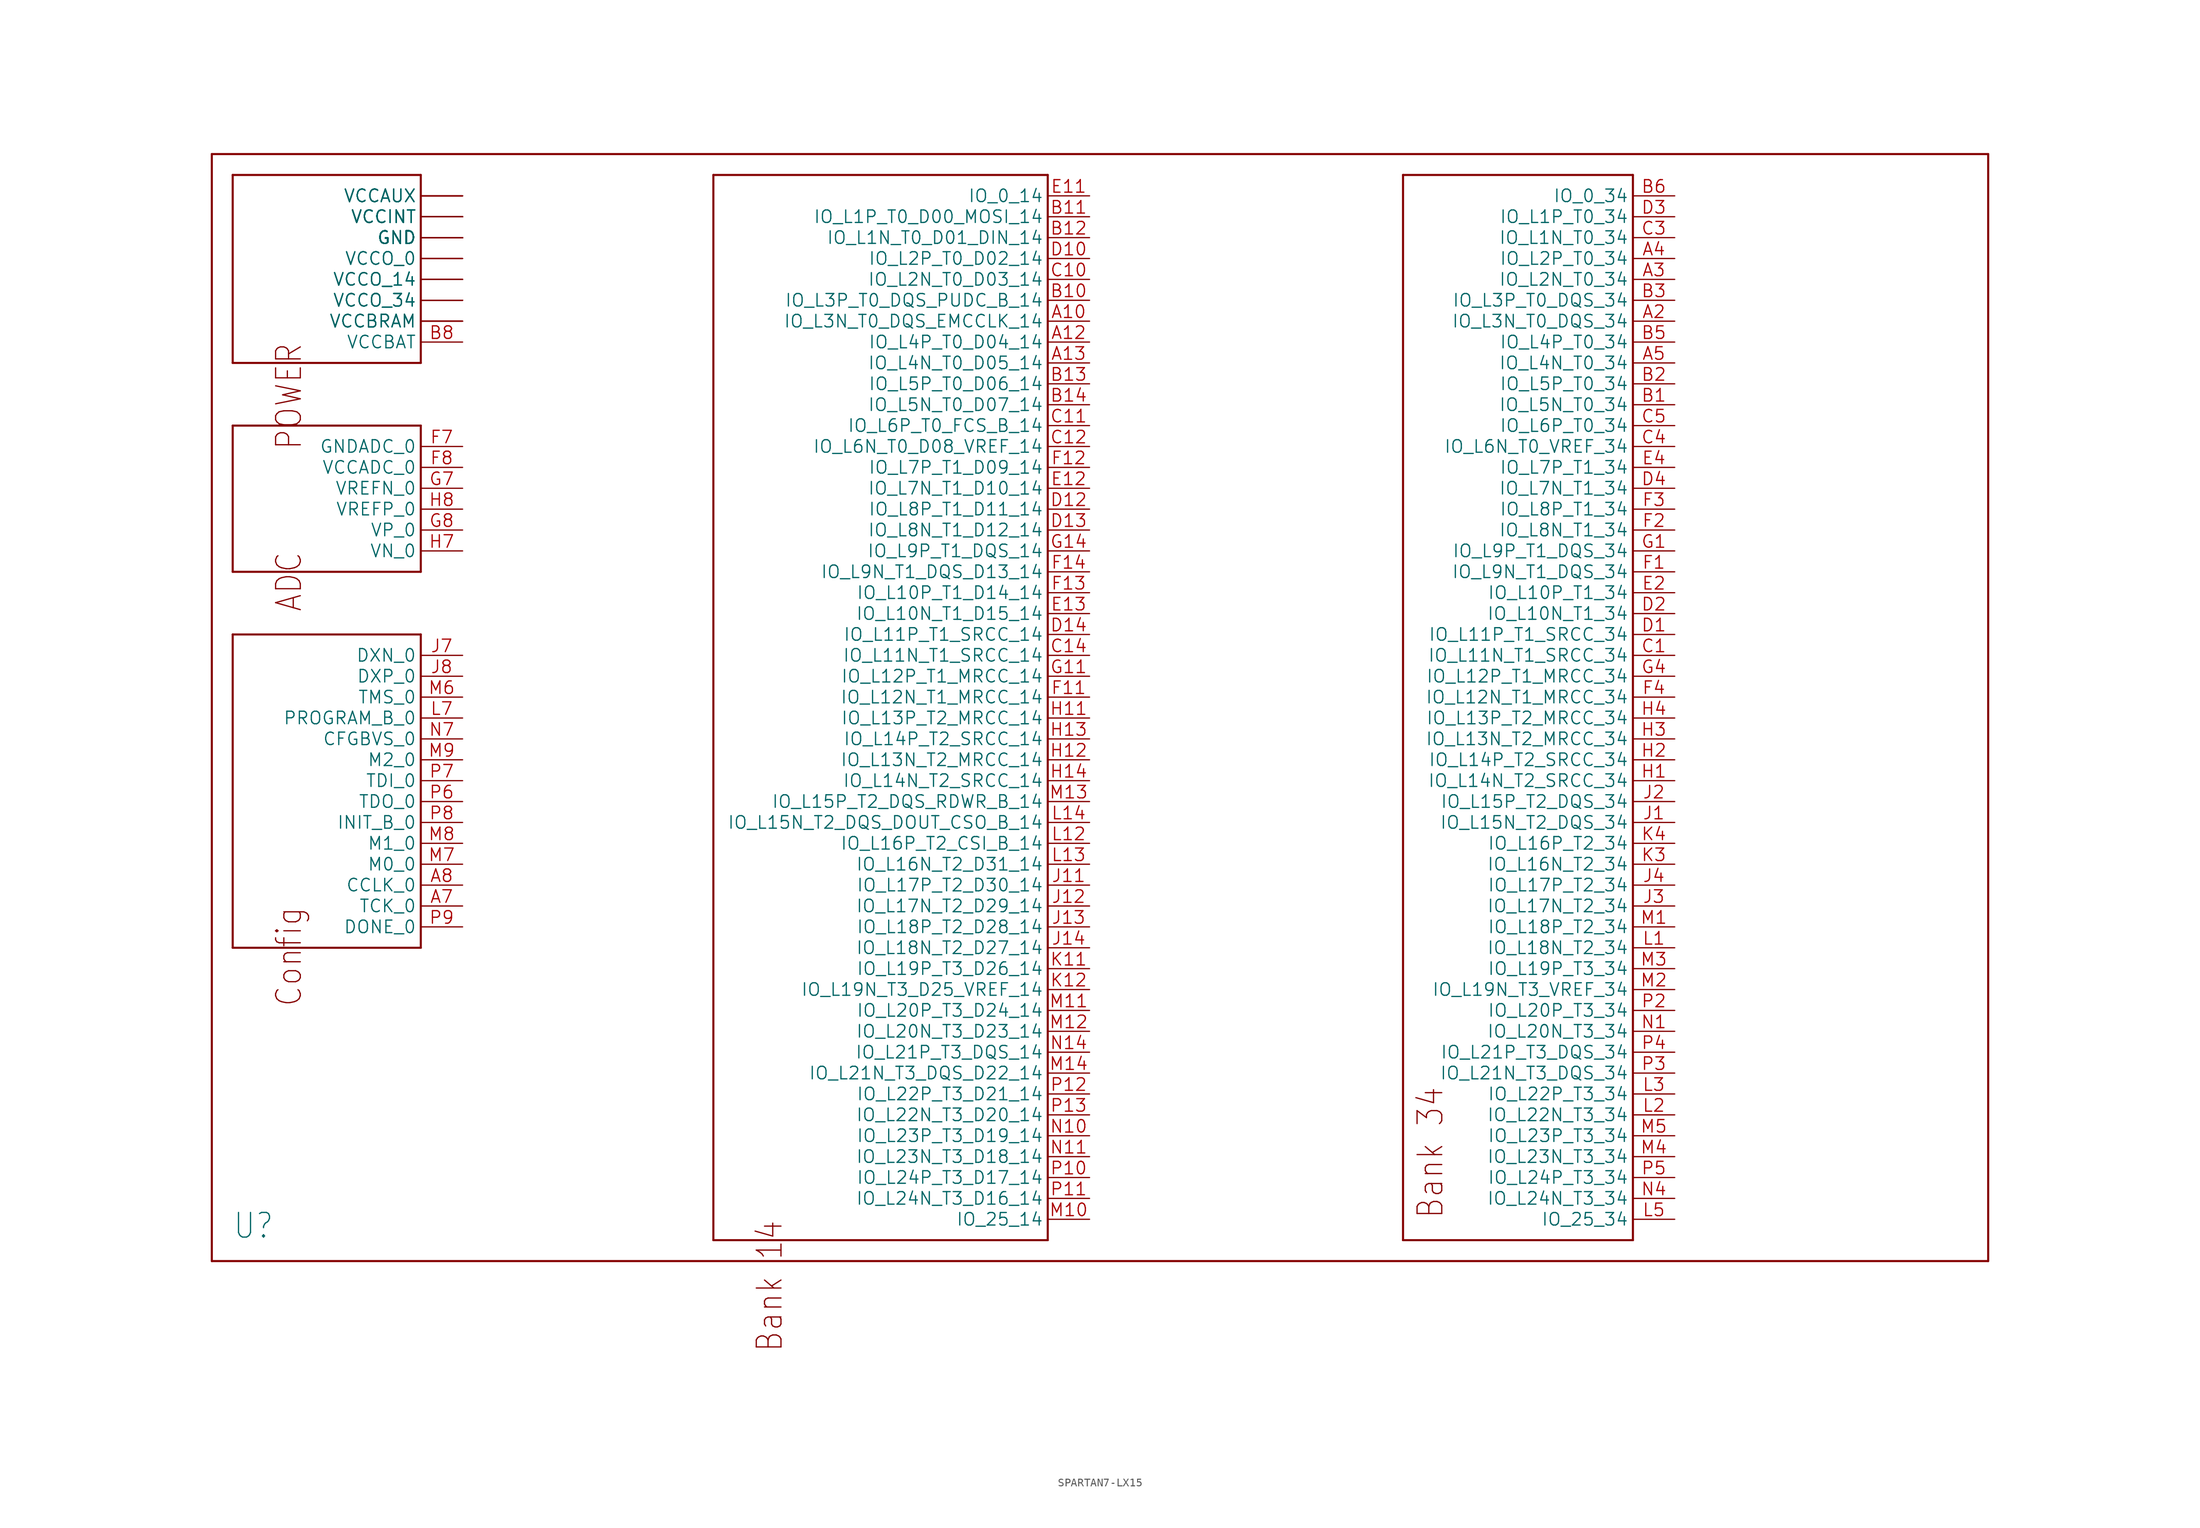
<source format=kicad_sym>
(kicad_symbol_lib
  (version 20241209)
  (generator "kicad_symbol_editor")
  (generator_version "9.0")
  (symbol "SPARTAN7-LX15"
    (property "Reference" "U"
      (at 0 0 0)
      (effects (font (size 3 2.55)) (justify left bottom)))
    (property "ki_locked" ""
      (at 0 0 0)
      (effects (font (size 1.27 1.27))))
    (symbol "SPARTAN7-LX15_1_0"
      (polyline (pts (xy -2.54 132.08) (xy -2.54 -2.54)) (stroke (width 0.254) (type solid)) (fill (type none)))
      (polyline (pts (xy -2.54 -2.54) (xy 213.36 -2.54)) (stroke (width 0.254) (type solid)) (fill (type none)))
      (polyline (pts (xy 0 129.54) (xy 0 106.68)) (stroke (width 0.254) (type solid)) (fill (type none)))
      (polyline (pts (xy 0 106.68) (xy 22.86 106.68)) (stroke (width 0.254) (type solid)) (fill (type none)))
      (polyline (pts (xy 0 99.06) (xy 22.86 99.06)) (stroke (width 0.254) (type solid)) (fill (type none)))
      (polyline (pts (xy 0 81.28) (xy 0 99.06)) (stroke (width 0.254) (type solid)) (fill (type none)))
      (polyline (pts (xy 0 73.66) (xy 0 35.56)) (stroke (width 0.254) (type solid)) (fill (type none)))
      (polyline (pts (xy 0 35.56) (xy 22.86 35.56)) (stroke (width 0.254) (type solid)) (fill (type none)))
      (polyline (pts (xy 22.86 129.54) (xy 0 129.54)) (stroke (width 0.254) (type solid)) (fill (type none)))
      (polyline (pts (xy 22.86 129.54) (xy 22.86 106.68)) (stroke (width 0.254) (type solid)) (fill (type none)))
      (polyline (pts (xy 22.86 99.06) (xy 22.86 81.28)) (stroke (width 0.254) (type solid)) (fill (type none)))
      (polyline (pts (xy 22.86 81.28) (xy 0 81.28)) (stroke (width 0.254) (type solid)) (fill (type none)))
      (polyline (pts (xy 22.86 73.66) (xy 0 73.66)) (stroke (width 0.254) (type solid)) (fill (type none)))
      (polyline (pts (xy 22.86 73.66) (xy 22.86 35.56)) (stroke (width 0.254) (type solid)) (fill (type none)))
      (polyline (pts (xy 58.42 129.54) (xy 58.42 0)) (stroke (width 0.254) (type solid)) (fill (type none)))
      (polyline (pts (xy 58.42 0) (xy 99.06 0)) (stroke (width 0.254) (type solid)) (fill (type none)))
      (polyline (pts (xy 99.06 129.54) (xy 58.42 129.54)) (stroke (width 0.254) (type solid)) (fill (type none)))
      (polyline (pts (xy 99.06 129.54) (xy 99.06 0)) (stroke (width 0.254) (type solid)) (fill (type none)))
      (polyline (pts (xy 142.24 129.54) (xy 170.18 129.54)) (stroke (width 0.254) (type solid)) (fill (type none)))
      (polyline (pts (xy 142.24 0) (xy 142.24 129.54)) (stroke (width 0.254) (type solid)) (fill (type none)))
      (polyline (pts (xy 170.18 0) (xy 142.24 0)) (stroke (width 0.254) (type solid)) (fill (type none)))
      (polyline (pts (xy 170.18 0) (xy 170.18 129.54)) (stroke (width 0.254) (type solid)) (fill (type none)))
      (polyline (pts (xy 213.36 132.08) (xy -2.54 132.08)) (stroke (width 0.254) (type solid)) (fill (type none)))
      (polyline (pts (xy 213.36 -2.54) (xy 213.36 132.08)) (stroke (width 0.254) (type solid)) (fill (type none)))
      (text "POWER" (at 5.08 109.22 900) (effects (font (size 3 2.55)) (justify right top)))
      (text "ADC" (at 5.08 83.82 900) (effects (font (size 3 2.55)) (justify right top)))
      (text "Config" (at 5.08 40.64 900) (effects (font (size 3 2.55)) (justify right top)))
      (text "Bank 14" (at 63.5 2.54 900) (effects (font (size 3 2.55)) (justify right top)))
      (text "Bank 34" (at 147.32 2.54 900) (effects (font (size 3 2.55)) (justify left bottom)))
      (pin bidirectional line (at 27.94 127 180) (length 5.08) (name "VCCAUX" (effects (font (size 1.524 1.524)))) (number "F10" (effects (font (size 0 0)))))
      (pin bidirectional line (at 27.94 127 180) (length 5.08) (name "VCCAUX" (effects (font (size 1.524 1.524)))) (number "H10" (effects (font (size 0 0)))))
      (pin bidirectional line (at 27.94 127 180) (length 5.08) (name "VCCAUX" (effects (font (size 1.524 1.524)))) (number "K10" (effects (font (size 0 0)))))
      (pin bidirectional line (at 27.94 127 180) (length 5.08) (name "VCCAUX" (effects (font (size 1.524 1.524)))) (number "L9" (effects (font (size 0 0)))))
      (pin bidirectional line (at 27.94 124.46 180) (length 5.08) (name "VCCINT" (effects (font (size 1.524 1.524)))) (number "D6" (effects (font (size 0 0)))))
      (pin bidirectional line (at 27.94 124.46 180) (length 5.08) (name "VCCINT" (effects (font (size 1.524 1.524)))) (number "D8" (effects (font (size 0 0)))))
      (pin bidirectional line (at 27.94 124.46 180) (length 5.08) (name "VCCINT" (effects (font (size 1.524 1.524)))) (number "E7" (effects (font (size 0 0)))))
      (pin bidirectional line (at 27.94 124.46 180) (length 5.08) (name "VCCINT" (effects (font (size 1.524 1.524)))) (number "E9" (effects (font (size 0 0)))))
      (pin bidirectional line (at 27.94 124.46 180) (length 5.08) (name "VCCINT" (effects (font (size 1.524 1.524)))) (number "F6" (effects (font (size 0 0)))))
      (pin bidirectional line (at 27.94 124.46 180) (length 5.08) (name "VCCINT" (effects (font (size 1.524 1.524)))) (number "G9" (effects (font (size 0 0)))))
      (pin bidirectional line (at 27.94 124.46 180) (length 5.08) (name "VCCINT" (effects (font (size 1.524 1.524)))) (number "H6" (effects (font (size 0 0)))))
      (pin bidirectional line (at 27.94 124.46 180) (length 5.08) (name "VCCINT" (effects (font (size 1.524 1.524)))) (number "J9" (effects (font (size 0 0)))))
      (pin bidirectional line (at 27.94 124.46 180) (length 5.08) (name "VCCINT" (effects (font (size 1.524 1.524)))) (number "K6" (effects (font (size 0 0)))))
      (pin bidirectional line (at 27.94 124.46 180) (length 5.08) (name "VCCINT" (effects (font (size 1.524 1.524)))) (number "K8" (effects (font (size 0 0)))))
      (pin bidirectional line (at 27.94 121.92 180) (length 5.08) (name "GND" (effects (font (size 1.524 1.524)))) (number "A1" (effects (font (size 0 0)))))
      (pin bidirectional line (at 27.94 121.92 180) (length 5.08) (name "GND" (effects (font (size 1.524 1.524)))) (number "A11" (effects (font (size 0 0)))))
      (pin bidirectional line (at 27.94 121.92 180) (length 5.08) (name "GND" (effects (font (size 1.524 1.524)))) (number "A14" (effects (font (size 0 0)))))
      (pin bidirectional line (at 27.94 121.92 180) (length 5.08) (name "GND" (effects (font (size 1.524 1.524)))) (number "A6" (effects (font (size 0 0)))))
      (pin bidirectional line (at 27.94 121.92 180) (length 5.08) (name "GND" (effects (font (size 1.524 1.524)))) (number "A9" (effects (font (size 0 0)))))
      (pin bidirectional line (at 27.94 121.92 180) (length 5.08) (name "GND" (effects (font (size 1.524 1.524)))) (number "B4" (effects (font (size 0 0)))))
      (pin bidirectional line (at 27.94 121.92 180) (length 5.08) (name "GND" (effects (font (size 1.524 1.524)))) (number "B7" (effects (font (size 0 0)))))
      (pin bidirectional line (at 27.94 121.92 180) (length 5.08) (name "GND" (effects (font (size 1.524 1.524)))) (number "B9" (effects (font (size 0 0)))))
      (pin bidirectional line (at 27.94 121.92 180) (length 5.08) (name "GND" (effects (font (size 1.524 1.524)))) (number "C13" (effects (font (size 0 0)))))
      (pin bidirectional line (at 27.94 121.92 180) (length 5.08) (name "GND" (effects (font (size 1.524 1.524)))) (number "C2" (effects (font (size 0 0)))))
      (pin bidirectional line (at 27.94 121.92 180) (length 5.08) (name "GND" (effects (font (size 1.524 1.524)))) (number "C6" (effects (font (size 0 0)))))
      (pin bidirectional line (at 27.94 121.92 180) (length 5.08) (name "GND" (effects (font (size 1.524 1.524)))) (number "C7" (effects (font (size 0 0)))))
      (pin bidirectional line (at 27.94 121.92 180) (length 5.08) (name "GND" (effects (font (size 1.524 1.524)))) (number "C8" (effects (font (size 0 0)))))
      (pin bidirectional line (at 27.94 121.92 180) (length 5.08) (name "GND" (effects (font (size 1.524 1.524)))) (number "C9" (effects (font (size 0 0)))))
      (pin bidirectional line (at 27.94 121.92 180) (length 5.08) (name "GND" (effects (font (size 1.524 1.524)))) (number "D11" (effects (font (size 0 0)))))
      (pin bidirectional line (at 27.94 121.92 180) (length 5.08) (name "GND" (effects (font (size 1.524 1.524)))) (number "D5" (effects (font (size 0 0)))))
      (pin bidirectional line (at 27.94 121.92 180) (length 5.08) (name "GND" (effects (font (size 1.524 1.524)))) (number "D7" (effects (font (size 0 0)))))
      (pin bidirectional line (at 27.94 121.92 180) (length 5.08) (name "GND" (effects (font (size 1.524 1.524)))) (number "D9" (effects (font (size 0 0)))))
      (pin bidirectional line (at 27.94 121.92 180) (length 5.08) (name "GND" (effects (font (size 1.524 1.524)))) (number "E1" (effects (font (size 0 0)))))
      (pin bidirectional line (at 27.94 121.92 180) (length 5.08) (name "GND" (effects (font (size 1.524 1.524)))) (number "E10" (effects (font (size 0 0)))))
      (pin bidirectional line (at 27.94 121.92 180) (length 5.08) (name "GND" (effects (font (size 1.524 1.524)))) (number "E14" (effects (font (size 0 0)))))
      (pin bidirectional line (at 27.94 121.92 180) (length 5.08) (name "GND" (effects (font (size 1.524 1.524)))) (number "E3" (effects (font (size 0 0)))))
      (pin bidirectional line (at 27.94 121.92 180) (length 5.08) (name "GND" (effects (font (size 1.524 1.524)))) (number "E6" (effects (font (size 0 0)))))
      (pin bidirectional line (at 27.94 121.92 180) (length 5.08) (name "GND" (effects (font (size 1.524 1.524)))) (number "E8" (effects (font (size 0 0)))))
      (pin bidirectional line (at 27.94 121.92 180) (length 5.08) (name "GND" (effects (font (size 1.524 1.524)))) (number "F5" (effects (font (size 0 0)))))
      (pin bidirectional line (at 27.94 121.92 180) (length 5.08) (name "GND" (effects (font (size 1.524 1.524)))) (number "F9" (effects (font (size 0 0)))))
      (pin bidirectional line (at 27.94 121.92 180) (length 5.08) (name "GND" (effects (font (size 1.524 1.524)))) (number "G10" (effects (font (size 0 0)))))
      (pin bidirectional line (at 27.94 121.92 180) (length 5.08) (name "GND" (effects (font (size 1.524 1.524)))) (number "G12" (effects (font (size 0 0)))))
      (pin bidirectional line (at 27.94 121.92 180) (length 5.08) (name "GND" (effects (font (size 1.524 1.524)))) (number "G3" (effects (font (size 0 0)))))
      (pin bidirectional line (at 27.94 121.92 180) (length 5.08) (name "GND" (effects (font (size 1.524 1.524)))) (number "G6" (effects (font (size 0 0)))))
      (pin bidirectional line (at 27.94 121.92 180) (length 5.08) (name "GND" (effects (font (size 1.524 1.524)))) (number "H5" (effects (font (size 0 0)))))
      (pin bidirectional line (at 27.94 121.92 180) (length 5.08) (name "GND" (effects (font (size 1.524 1.524)))) (number "H9" (effects (font (size 0 0)))))
      (pin bidirectional line (at 27.94 121.92 180) (length 5.08) (name "GND" (effects (font (size 1.524 1.524)))) (number "J10" (effects (font (size 0 0)))))
      (pin bidirectional line (at 27.94 121.92 180) (length 5.08) (name "GND" (effects (font (size 1.524 1.524)))) (number "J6" (effects (font (size 0 0)))))
      (pin bidirectional line (at 27.94 121.92 180) (length 5.08) (name "GND" (effects (font (size 1.524 1.524)))) (number "K1" (effects (font (size 0 0)))))
      (pin bidirectional line (at 27.94 121.92 180) (length 5.08) (name "GND" (effects (font (size 1.524 1.524)))) (number "K14" (effects (font (size 0 0)))))
      (pin bidirectional line (at 27.94 121.92 180) (length 5.08) (name "GND" (effects (font (size 1.524 1.524)))) (number "K5" (effects (font (size 0 0)))))
      (pin bidirectional line (at 27.94 121.92 180) (length 5.08) (name "GND" (effects (font (size 1.524 1.524)))) (number "K7" (effects (font (size 0 0)))))
      (pin bidirectional line (at 27.94 121.92 180) (length 5.08) (name "GND" (effects (font (size 1.524 1.524)))) (number "K9" (effects (font (size 0 0)))))
      (pin bidirectional line (at 27.94 121.92 180) (length 5.08) (name "GND" (effects (font (size 1.524 1.524)))) (number "L10" (effects (font (size 0 0)))))
      (pin bidirectional line (at 27.94 121.92 180) (length 5.08) (name "GND" (effects (font (size 1.524 1.524)))) (number "L11" (effects (font (size 0 0)))))
      (pin bidirectional line (at 27.94 121.92 180) (length 5.08) (name "GND" (effects (font (size 1.524 1.524)))) (number "L4" (effects (font (size 0 0)))))
      (pin bidirectional line (at 27.94 121.92 180) (length 5.08) (name "GND" (effects (font (size 1.524 1.524)))) (number "L6" (effects (font (size 0 0)))))
      (pin bidirectional line (at 27.94 121.92 180) (length 5.08) (name "GND" (effects (font (size 1.524 1.524)))) (number "L8" (effects (font (size 0 0)))))
      (pin bidirectional line (at 27.94 121.92 180) (length 5.08) (name "GND" (effects (font (size 1.524 1.524)))) (number "N12" (effects (font (size 0 0)))))
      (pin bidirectional line (at 27.94 121.92 180) (length 5.08) (name "GND" (effects (font (size 1.524 1.524)))) (number "N3" (effects (font (size 0 0)))))
      (pin bidirectional line (at 27.94 121.92 180) (length 5.08) (name "GND" (effects (font (size 1.524 1.524)))) (number "N5" (effects (font (size 0 0)))))
      (pin bidirectional line (at 27.94 121.92 180) (length 5.08) (name "GND" (effects (font (size 1.524 1.524)))) (number "N9" (effects (font (size 0 0)))))
      (pin bidirectional line (at 27.94 121.92 180) (length 5.08) (name "GND" (effects (font (size 1.524 1.524)))) (number "P1" (effects (font (size 0 0)))))
      (pin bidirectional line (at 27.94 121.92 180) (length 5.08) (name "GND" (effects (font (size 1.524 1.524)))) (number "P14" (effects (font (size 0 0)))))
      (pin bidirectional line (at 27.94 119.38 180) (length 5.08) (name "VCCO_0" (effects (font (size 1.524 1.524)))) (number "N6" (effects (font (size 0 0)))))
      (pin bidirectional line (at 27.94 119.38 180) (length 5.08) (name "VCCO_0" (effects (font (size 1.524 1.524)))) (number "N8" (effects (font (size 0 0)))))
      (pin bidirectional line (at 27.94 116.84 180) (length 5.08) (name "VCCO_14" (effects (font (size 1.524 1.524)))) (number "G13" (effects (font (size 0 0)))))
      (pin bidirectional line (at 27.94 116.84 180) (length 5.08) (name "VCCO_14" (effects (font (size 1.524 1.524)))) (number "K13" (effects (font (size 0 0)))))
      (pin bidirectional line (at 27.94 116.84 180) (length 5.08) (name "VCCO_14" (effects (font (size 1.524 1.524)))) (number "N13" (effects (font (size 0 0)))))
      (pin bidirectional line (at 27.94 114.3 180) (length 5.08) (name "VCCO_34" (effects (font (size 1.524 1.524)))) (number "G2" (effects (font (size 0 0)))))
      (pin bidirectional line (at 27.94 114.3 180) (length 5.08) (name "VCCO_34" (effects (font (size 1.524 1.524)))) (number "K2" (effects (font (size 0 0)))))
      (pin bidirectional line (at 27.94 114.3 180) (length 5.08) (name "VCCO_34" (effects (font (size 1.524 1.524)))) (number "N2" (effects (font (size 0 0)))))
      (pin bidirectional line (at 27.94 111.76 180) (length 5.08) (name "VCCBRAM" (effects (font (size 1.524 1.524)))) (number "E5" (effects (font (size 0 0)))))
      (pin bidirectional line (at 27.94 111.76 180) (length 5.08) (name "VCCBRAM" (effects (font (size 1.524 1.524)))) (number "G5" (effects (font (size 0 0)))))
      (pin bidirectional line (at 27.94 111.76 180) (length 5.08) (name "VCCBRAM" (effects (font (size 1.524 1.524)))) (number "J5" (effects (font (size 0 0)))))
      (pin bidirectional line (at 27.94 109.22 180) (length 5.08) (name "VCCBAT" (effects (font (size 1.524 1.524)))) (number "B8" (effects (font (size 1.524 1.524)))))
      (pin bidirectional line (at 27.94 96.52 180) (length 5.08) (name "GNDADC_0" (effects (font (size 1.524 1.524)))) (number "F7" (effects (font (size 1.524 1.524)))))
      (pin bidirectional line (at 27.94 93.98 180) (length 5.08) (name "VCCADC_0" (effects (font (size 1.524 1.524)))) (number "F8" (effects (font (size 1.524 1.524)))))
      (pin bidirectional line (at 27.94 91.44 180) (length 5.08) (name "VREFN_0" (effects (font (size 1.524 1.524)))) (number "G7" (effects (font (size 1.524 1.524)))))
      (pin bidirectional line (at 27.94 88.9 180) (length 5.08) (name "VREFP_0" (effects (font (size 1.524 1.524)))) (number "H8" (effects (font (size 1.524 1.524)))))
      (pin bidirectional line (at 27.94 86.36 180) (length 5.08) (name "VP_0" (effects (font (size 1.524 1.524)))) (number "G8" (effects (font (size 1.524 1.524)))))
      (pin bidirectional line (at 27.94 83.82 180) (length 5.08) (name "VN_0" (effects (font (size 1.524 1.524)))) (number "H7" (effects (font (size 1.524 1.524)))))
      (pin bidirectional line (at 27.94 71.12 180) (length 5.08) (name "DXN_0" (effects (font (size 1.524 1.524)))) (number "J7" (effects (font (size 1.524 1.524)))))
      (pin bidirectional line (at 27.94 68.58 180) (length 5.08) (name "DXP_0" (effects (font (size 1.524 1.524)))) (number "J8" (effects (font (size 1.524 1.524)))))
      (pin bidirectional line (at 27.94 66.04 180) (length 5.08) (name "TMS_0" (effects (font (size 1.524 1.524)))) (number "M6" (effects (font (size 1.524 1.524)))))
      (pin bidirectional line (at 27.94 63.5 180) (length 5.08) (name "PROGRAM_B_0" (effects (font (size 1.524 1.524)))) (number "L7" (effects (font (size 1.524 1.524)))))
      (pin bidirectional line (at 27.94 60.96 180) (length 5.08) (name "CFGBVS_0" (effects (font (size 1.524 1.524)))) (number "N7" (effects (font (size 1.524 1.524)))))
      (pin bidirectional line (at 27.94 58.42 180) (length 5.08) (name "M2_0" (effects (font (size 1.524 1.524)))) (number "M9" (effects (font (size 1.524 1.524)))))
      (pin bidirectional line (at 27.94 55.88 180) (length 5.08) (name "TDI_0" (effects (font (size 1.524 1.524)))) (number "P7" (effects (font (size 1.524 1.524)))))
      (pin bidirectional line (at 27.94 53.34 180) (length 5.08) (name "TDO_0" (effects (font (size 1.524 1.524)))) (number "P6" (effects (font (size 1.524 1.524)))))
      (pin bidirectional line (at 27.94 50.8 180) (length 5.08) (name "INIT_B_0" (effects (font (size 1.524 1.524)))) (number "P8" (effects (font (size 1.524 1.524)))))
      (pin bidirectional line (at 27.94 48.26 180) (length 5.08) (name "M1_0" (effects (font (size 1.524 1.524)))) (number "M8" (effects (font (size 1.524 1.524)))))
      (pin bidirectional line (at 27.94 45.72 180) (length 5.08) (name "M0_0" (effects (font (size 1.524 1.524)))) (number "M7" (effects (font (size 1.524 1.524)))))
      (pin bidirectional line (at 27.94 43.18 180) (length 5.08) (name "CCLK_0" (effects (font (size 1.524 1.524)))) (number "A8" (effects (font (size 1.524 1.524)))))
      (pin bidirectional line (at 27.94 40.64 180) (length 5.08) (name "TCK_0" (effects (font (size 1.524 1.524)))) (number "A7" (effects (font (size 1.524 1.524)))))
      (pin bidirectional line (at 27.94 38.1 180) (length 5.08) (name "DONE_0" (effects (font (size 1.524 1.524)))) (number "P9" (effects (font (size 1.524 1.524)))))
      (pin bidirectional line (at 104.14 127 180) (length 5.08) (name "IO_0_14" (effects (font (size 1.524 1.524)))) (number "E11" (effects (font (size 1.524 1.524)))))
      (pin bidirectional line (at 104.14 124.46 180) (length 5.08) (name "IO_L1P_T0_D00_MOSI_14" (effects (font (size 1.524 1.524)))) (number "B11" (effects (font (size 1.524 1.524)))))
      (pin bidirectional line (at 104.14 121.92 180) (length 5.08) (name "IO_L1N_T0_D01_DIN_14" (effects (font (size 1.524 1.524)))) (number "B12" (effects (font (size 1.524 1.524)))))
      (pin bidirectional line (at 104.14 119.38 180) (length 5.08) (name "IO_L2P_T0_D02_14" (effects (font (size 1.524 1.524)))) (number "D10" (effects (font (size 1.524 1.524)))))
      (pin bidirectional line (at 104.14 116.84 180) (length 5.08) (name "IO_L2N_T0_D03_14" (effects (font (size 1.524 1.524)))) (number "C10" (effects (font (size 1.524 1.524)))))
      (pin bidirectional line (at 104.14 114.3 180) (length 5.08) (name "IO_L3P_T0_DQS_PUDC_B_14" (effects (font (size 1.524 1.524)))) (number "B10" (effects (font (size 1.524 1.524)))))
      (pin bidirectional line (at 104.14 111.76 180) (length 5.08) (name "IO_L3N_T0_DQS_EMCCLK_14" (effects (font (size 1.524 1.524)))) (number "A10" (effects (font (size 1.524 1.524)))))
      (pin bidirectional line (at 104.14 109.22 180) (length 5.08) (name "IO_L4P_T0_D04_14" (effects (font (size 1.524 1.524)))) (number "A12" (effects (font (size 1.524 1.524)))))
      (pin bidirectional line (at 104.14 106.68 180) (length 5.08) (name "IO_L4N_T0_D05_14" (effects (font (size 1.524 1.524)))) (number "A13" (effects (font (size 1.524 1.524)))))
      (pin bidirectional line (at 104.14 104.14 180) (length 5.08) (name "IO_L5P_T0_D06_14" (effects (font (size 1.524 1.524)))) (number "B13" (effects (font (size 1.524 1.524)))))
      (pin bidirectional line (at 104.14 101.6 180) (length 5.08) (name "IO_L5N_T0_D07_14" (effects (font (size 1.524 1.524)))) (number "B14" (effects (font (size 1.524 1.524)))))
      (pin bidirectional line (at 104.14 99.06 180) (length 5.08) (name "IO_L6P_T0_FCS_B_14" (effects (font (size 1.524 1.524)))) (number "C11" (effects (font (size 1.524 1.524)))))
      (pin bidirectional line (at 104.14 96.52 180) (length 5.08) (name "IO_L6N_T0_D08_VREF_14" (effects (font (size 1.524 1.524)))) (number "C12" (effects (font (size 1.524 1.524)))))
      (pin bidirectional line (at 104.14 93.98 180) (length 5.08) (name "IO_L7P_T1_D09_14" (effects (font (size 1.524 1.524)))) (number "F12" (effects (font (size 1.524 1.524)))))
      (pin bidirectional line (at 104.14 91.44 180) (length 5.08) (name "IO_L7N_T1_D10_14" (effects (font (size 1.524 1.524)))) (number "E12" (effects (font (size 1.524 1.524)))))
      (pin bidirectional line (at 104.14 88.9 180) (length 5.08) (name "IO_L8P_T1_D11_14" (effects (font (size 1.524 1.524)))) (number "D12" (effects (font (size 1.524 1.524)))))
      (pin bidirectional line (at 104.14 86.36 180) (length 5.08) (name "IO_L8N_T1_D12_14" (effects (font (size 1.524 1.524)))) (number "D13" (effects (font (size 1.524 1.524)))))
      (pin bidirectional line (at 104.14 83.82 180) (length 5.08) (name "IO_L9P_T1_DQS_14" (effects (font (size 1.524 1.524)))) (number "G14" (effects (font (size 1.524 1.524)))))
      (pin bidirectional line (at 104.14 81.28 180) (length 5.08) (name "IO_L9N_T1_DQS_D13_14" (effects (font (size 1.524 1.524)))) (number "F14" (effects (font (size 1.524 1.524)))))
      (pin bidirectional line (at 104.14 78.74 180) (length 5.08) (name "IO_L10P_T1_D14_14" (effects (font (size 1.524 1.524)))) (number "F13" (effects (font (size 1.524 1.524)))))
      (pin bidirectional line (at 104.14 76.2 180) (length 5.08) (name "IO_L10N_T1_D15_14" (effects (font (size 1.524 1.524)))) (number "E13" (effects (font (size 1.524 1.524)))))
      (pin bidirectional line (at 104.14 73.66 180) (length 5.08) (name "IO_L11P_T1_SRCC_14" (effects (font (size 1.524 1.524)))) (number "D14" (effects (font (size 1.524 1.524)))))
      (pin bidirectional line (at 104.14 71.12 180) (length 5.08) (name "IO_L11N_T1_SRCC_14" (effects (font (size 1.524 1.524)))) (number "C14" (effects (font (size 1.524 1.524)))))
      (pin bidirectional line (at 104.14 68.58 180) (length 5.08) (name "IO_L12P_T1_MRCC_14" (effects (font (size 1.524 1.524)))) (number "G11" (effects (font (size 1.524 1.524)))))
      (pin bidirectional line (at 104.14 66.04 180) (length 5.08) (name "IO_L12N_T1_MRCC_14" (effects (font (size 1.524 1.524)))) (number "F11" (effects (font (size 1.524 1.524)))))
      (pin bidirectional line (at 104.14 63.5 180) (length 5.08) (name "IO_L13P_T2_MRCC_14" (effects (font (size 1.524 1.524)))) (number "H11" (effects (font (size 1.524 1.524)))))
      (pin bidirectional line (at 104.14 60.96 180) (length 5.08) (name "IO_L14P_T2_SRCC_14" (effects (font (size 1.524 1.524)))) (number "H13" (effects (font (size 1.524 1.524)))))
      (pin bidirectional line (at 104.14 58.42 180) (length 5.08) (name "IO_L13N_T2_MRCC_14" (effects (font (size 1.524 1.524)))) (number "H12" (effects (font (size 1.524 1.524)))))
      (pin bidirectional line (at 104.14 55.88 180) (length 5.08) (name "IO_L14N_T2_SRCC_14" (effects (font (size 1.524 1.524)))) (number "H14" (effects (font (size 1.524 1.524)))))
      (pin bidirectional line (at 104.14 53.34 180) (length 5.08) (name "IO_L15P_T2_DQS_RDWR_B_14" (effects (font (size 1.524 1.524)))) (number "M13" (effects (font (size 1.524 1.524)))))
      (pin bidirectional line (at 104.14 50.8 180) (length 5.08) (name "IO_L15N_T2_DQS_DOUT_CSO_B_14" (effects (font (size 1.524 1.524)))) (number "L14" (effects (font (size 1.524 1.524)))))
      (pin bidirectional line (at 104.14 48.26 180) (length 5.08) (name "IO_L16P_T2_CSI_B_14" (effects (font (size 1.524 1.524)))) (number "L12" (effects (font (size 1.524 1.524)))))
      (pin bidirectional line (at 104.14 45.72 180) (length 5.08) (name "IO_L16N_T2_D31_14" (effects (font (size 1.524 1.524)))) (number "L13" (effects (font (size 1.524 1.524)))))
      (pin bidirectional line (at 104.14 43.18 180) (length 5.08) (name "IO_L17P_T2_D30_14" (effects (font (size 1.524 1.524)))) (number "J11" (effects (font (size 1.524 1.524)))))
      (pin bidirectional line (at 104.14 40.64 180) (length 5.08) (name "IO_L17N_T2_D29_14" (effects (font (size 1.524 1.524)))) (number "J12" (effects (font (size 1.524 1.524)))))
      (pin bidirectional line (at 104.14 38.1 180) (length 5.08) (name "IO_L18P_T2_D28_14" (effects (font (size 1.524 1.524)))) (number "J13" (effects (font (size 1.524 1.524)))))
      (pin bidirectional line (at 104.14 35.56 180) (length 5.08) (name "IO_L18N_T2_D27_14" (effects (font (size 1.524 1.524)))) (number "J14" (effects (font (size 1.524 1.524)))))
      (pin bidirectional line (at 104.14 33.02 180) (length 5.08) (name "IO_L19P_T3_D26_14" (effects (font (size 1.524 1.524)))) (number "K11" (effects (font (size 1.524 1.524)))))
      (pin bidirectional line (at 104.14 30.48 180) (length 5.08) (name "IO_L19N_T3_D25_VREF_14" (effects (font (size 1.524 1.524)))) (number "K12" (effects (font (size 1.524 1.524)))))
      (pin bidirectional line (at 104.14 27.94 180) (length 5.08) (name "IO_L20P_T3_D24_14" (effects (font (size 1.524 1.524)))) (number "M11" (effects (font (size 1.524 1.524)))))
      (pin bidirectional line (at 104.14 25.4 180) (length 5.08) (name "IO_L20N_T3_D23_14" (effects (font (size 1.524 1.524)))) (number "M12" (effects (font (size 1.524 1.524)))))
      (pin bidirectional line (at 104.14 22.86 180) (length 5.08) (name "IO_L21P_T3_DQS_14" (effects (font (size 1.524 1.524)))) (number "N14" (effects (font (size 1.524 1.524)))))
      (pin bidirectional line (at 104.14 20.32 180) (length 5.08) (name "IO_L21N_T3_DQS_D22_14" (effects (font (size 1.524 1.524)))) (number "M14" (effects (font (size 1.524 1.524)))))
      (pin bidirectional line (at 104.14 17.78 180) (length 5.08) (name "IO_L22P_T3_D21_14" (effects (font (size 1.524 1.524)))) (number "P12" (effects (font (size 1.524 1.524)))))
      (pin bidirectional line (at 104.14 15.24 180) (length 5.08) (name "IO_L22N_T3_D20_14" (effects (font (size 1.524 1.524)))) (number "P13" (effects (font (size 1.524 1.524)))))
      (pin bidirectional line (at 104.14 12.7 180) (length 5.08) (name "IO_L23P_T3_D19_14" (effects (font (size 1.524 1.524)))) (number "N10" (effects (font (size 1.524 1.524)))))
      (pin bidirectional line (at 104.14 10.16 180) (length 5.08) (name "IO_L23N_T3_D18_14" (effects (font (size 1.524 1.524)))) (number "N11" (effects (font (size 1.524 1.524)))))
      (pin bidirectional line (at 104.14 7.62 180) (length 5.08) (name "IO_L24P_T3_D17_14" (effects (font (size 1.524 1.524)))) (number "P10" (effects (font (size 1.524 1.524)))))
      (pin bidirectional line (at 104.14 5.08 180) (length 5.08) (name "IO_L24N_T3_D16_14" (effects (font (size 1.524 1.524)))) (number "P11" (effects (font (size 1.524 1.524)))))
      (pin bidirectional line (at 104.14 2.54 180) (length 5.08) (name "IO_25_14" (effects (font (size 1.524 1.524)))) (number "M10" (effects (font (size 1.524 1.524)))))
      (pin bidirectional line (at 175.26 127 180) (length 5.08) (name "IO_0_34" (effects (font (size 1.524 1.524)))) (number "B6" (effects (font (size 1.524 1.524)))))
      (pin bidirectional line (at 175.26 124.46 180) (length 5.08) (name "IO_L1P_T0_34" (effects (font (size 1.524 1.524)))) (number "D3" (effects (font (size 1.524 1.524)))))
      (pin bidirectional line (at 175.26 121.92 180) (length 5.08) (name "IO_L1N_T0_34" (effects (font (size 1.524 1.524)))) (number "C3" (effects (font (size 1.524 1.524)))))
      (pin bidirectional line (at 175.26 119.38 180) (length 5.08) (name "IO_L2P_T0_34" (effects (font (size 1.524 1.524)))) (number "A4" (effects (font (size 1.524 1.524)))))
      (pin bidirectional line (at 175.26 116.84 180) (length 5.08) (name "IO_L2N_T0_34" (effects (font (size 1.524 1.524)))) (number "A3" (effects (font (size 1.524 1.524)))))
      (pin bidirectional line (at 175.26 114.3 180) (length 5.08) (name "IO_L3P_T0_DQS_34" (effects (font (size 1.524 1.524)))) (number "B3" (effects (font (size 1.524 1.524)))))
      (pin bidirectional line (at 175.26 111.76 180) (length 5.08) (name "IO_L3N_T0_DQS_34" (effects (font (size 1.524 1.524)))) (number "A2" (effects (font (size 1.524 1.524)))))
      (pin bidirectional line (at 175.26 109.22 180) (length 5.08) (name "IO_L4P_T0_34" (effects (font (size 1.524 1.524)))) (number "B5" (effects (font (size 1.524 1.524)))))
      (pin bidirectional line (at 175.26 106.68 180) (length 5.08) (name "IO_L4N_T0_34" (effects (font (size 1.524 1.524)))) (number "A5" (effects (font (size 1.524 1.524)))))
      (pin bidirectional line (at 175.26 104.14 180) (length 5.08) (name "IO_L5P_T0_34" (effects (font (size 1.524 1.524)))) (number "B2" (effects (font (size 1.524 1.524)))))
      (pin bidirectional line (at 175.26 101.6 180) (length 5.08) (name "IO_L5N_T0_34" (effects (font (size 1.524 1.524)))) (number "B1" (effects (font (size 1.524 1.524)))))
      (pin bidirectional line (at 175.26 99.06 180) (length 5.08) (name "IO_L6P_T0_34" (effects (font (size 1.524 1.524)))) (number "C5" (effects (font (size 1.524 1.524)))))
      (pin bidirectional line (at 175.26 96.52 180) (length 5.08) (name "IO_L6N_T0_VREF_34" (effects (font (size 1.524 1.524)))) (number "C4" (effects (font (size 1.524 1.524)))))
      (pin bidirectional line (at 175.26 93.98 180) (length 5.08) (name "IO_L7P_T1_34" (effects (font (size 1.524 1.524)))) (number "E4" (effects (font (size 1.524 1.524)))))
      (pin bidirectional line (at 175.26 91.44 180) (length 5.08) (name "IO_L7N_T1_34" (effects (font (size 1.524 1.524)))) (number "D4" (effects (font (size 1.524 1.524)))))
      (pin bidirectional line (at 175.26 88.9 180) (length 5.08) (name "IO_L8P_T1_34" (effects (font (size 1.524 1.524)))) (number "F3" (effects (font (size 1.524 1.524)))))
      (pin bidirectional line (at 175.26 86.36 180) (length 5.08) (name "IO_L8N_T1_34" (effects (font (size 1.524 1.524)))) (number "F2" (effects (font (size 1.524 1.524)))))
      (pin bidirectional line (at 175.26 83.82 180) (length 5.08) (name "IO_L9P_T1_DQS_34" (effects (font (size 1.524 1.524)))) (number "G1" (effects (font (size 1.524 1.524)))))
      (pin bidirectional line (at 175.26 81.28 180) (length 5.08) (name "IO_L9N_T1_DQS_34" (effects (font (size 1.524 1.524)))) (number "F1" (effects (font (size 1.524 1.524)))))
      (pin bidirectional line (at 175.26 78.74 180) (length 5.08) (name "IO_L10P_T1_34" (effects (font (size 1.524 1.524)))) (number "E2" (effects (font (size 1.524 1.524)))))
      (pin bidirectional line (at 175.26 76.2 180) (length 5.08) (name "IO_L10N_T1_34" (effects (font (size 1.524 1.524)))) (number "D2" (effects (font (size 1.524 1.524)))))
      (pin bidirectional line (at 175.26 73.66 180) (length 5.08) (name "IO_L11P_T1_SRCC_34" (effects (font (size 1.524 1.524)))) (number "D1" (effects (font (size 1.524 1.524)))))
      (pin bidirectional line (at 175.26 71.12 180) (length 5.08) (name "IO_L11N_T1_SRCC_34" (effects (font (size 1.524 1.524)))) (number "C1" (effects (font (size 1.524 1.524)))))
      (pin bidirectional line (at 175.26 68.58 180) (length 5.08) (name "IO_L12P_T1_MRCC_34" (effects (font (size 1.524 1.524)))) (number "G4" (effects (font (size 1.524 1.524)))))
      (pin bidirectional line (at 175.26 66.04 180) (length 5.08) (name "IO_L12N_T1_MRCC_34" (effects (font (size 1.524 1.524)))) (number "F4" (effects (font (size 1.524 1.524)))))
      (pin bidirectional line (at 175.26 63.5 180) (length 5.08) (name "IO_L13P_T2_MRCC_34" (effects (font (size 1.524 1.524)))) (number "H4" (effects (font (size 1.524 1.524)))))
      (pin bidirectional line (at 175.26 60.96 180) (length 5.08) (name "IO_L13N_T2_MRCC_34" (effects (font (size 1.524 1.524)))) (number "H3" (effects (font (size 1.524 1.524)))))
      (pin bidirectional line (at 175.26 58.42 180) (length 5.08) (name "IO_L14P_T2_SRCC_34" (effects (font (size 1.524 1.524)))) (number "H2" (effects (font (size 1.524 1.524)))))
      (pin bidirectional line (at 175.26 55.88 180) (length 5.08) (name "IO_L14N_T2_SRCC_34" (effects (font (size 1.524 1.524)))) (number "H1" (effects (font (size 1.524 1.524)))))
      (pin bidirectional line (at 175.26 53.34 180) (length 5.08) (name "IO_L15P_T2_DQS_34" (effects (font (size 1.524 1.524)))) (number "J2" (effects (font (size 1.524 1.524)))))
      (pin bidirectional line (at 175.26 50.8 180) (length 5.08) (name "IO_L15N_T2_DQS_34" (effects (font (size 1.524 1.524)))) (number "J1" (effects (font (size 1.524 1.524)))))
      (pin bidirectional line (at 175.26 48.26 180) (length 5.08) (name "IO_L16P_T2_34" (effects (font (size 1.524 1.524)))) (number "K4" (effects (font (size 1.524 1.524)))))
      (pin bidirectional line (at 175.26 45.72 180) (length 5.08) (name "IO_L16N_T2_34" (effects (font (size 1.524 1.524)))) (number "K3" (effects (font (size 1.524 1.524)))))
      (pin bidirectional line (at 175.26 43.18 180) (length 5.08) (name "IO_L17P_T2_34" (effects (font (size 1.524 1.524)))) (number "J4" (effects (font (size 1.524 1.524)))))
      (pin bidirectional line (at 175.26 40.64 180) (length 5.08) (name "IO_L17N_T2_34" (effects (font (size 1.524 1.524)))) (number "J3" (effects (font (size 1.524 1.524)))))
      (pin bidirectional line (at 175.26 38.1 180) (length 5.08) (name "IO_L18P_T2_34" (effects (font (size 1.524 1.524)))) (number "M1" (effects (font (size 1.524 1.524)))))
      (pin bidirectional line (at 175.26 35.56 180) (length 5.08) (name "IO_L18N_T2_34" (effects (font (size 1.524 1.524)))) (number "L1" (effects (font (size 1.524 1.524)))))
      (pin bidirectional line (at 175.26 33.02 180) (length 5.08) (name "IO_L19P_T3_34" (effects (font (size 1.524 1.524)))) (number "M3" (effects (font (size 1.524 1.524)))))
      (pin bidirectional line (at 175.26 30.48 180) (length 5.08) (name "IO_L19N_T3_VREF_34" (effects (font (size 1.524 1.524)))) (number "M2" (effects (font (size 1.524 1.524)))))
      (pin bidirectional line (at 175.26 27.94 180) (length 5.08) (name "IO_L20P_T3_34" (effects (font (size 1.524 1.524)))) (number "P2" (effects (font (size 1.524 1.524)))))
      (pin bidirectional line (at 175.26 25.4 180) (length 5.08) (name "IO_L20N_T3_34" (effects (font (size 1.524 1.524)))) (number "N1" (effects (font (size 1.524 1.524)))))
      (pin bidirectional line (at 175.26 22.86 180) (length 5.08) (name "IO_L21P_T3_DQS_34" (effects (font (size 1.524 1.524)))) (number "P4" (effects (font (size 1.524 1.524)))))
      (pin bidirectional line (at 175.26 20.32 180) (length 5.08) (name "IO_L21N_T3_DQS_34" (effects (font (size 1.524 1.524)))) (number "P3" (effects (font (size 1.524 1.524)))))
      (pin bidirectional line (at 175.26 17.78 180) (length 5.08) (name "IO_L22P_T3_34" (effects (font (size 1.524 1.524)))) (number "L3" (effects (font (size 1.524 1.524)))))
      (pin bidirectional line (at 175.26 15.24 180) (length 5.08) (name "IO_L22N_T3_34" (effects (font (size 1.524 1.524)))) (number "L2" (effects (font (size 1.524 1.524)))))
      (pin bidirectional line (at 175.26 12.7 180) (length 5.08) (name "IO_L23P_T3_34" (effects (font (size 1.524 1.524)))) (number "M5" (effects (font (size 1.524 1.524)))))
      (pin bidirectional line (at 175.26 10.16 180) (length 5.08) (name "IO_L23N_T3_34" (effects (font (size 1.524 1.524)))) (number "M4" (effects (font (size 1.524 1.524)))))
      (pin bidirectional line (at 175.26 7.62 180) (length 5.08) (name "IO_L24P_T3_34" (effects (font (size 1.524 1.524)))) (number "P5" (effects (font (size 1.524 1.524)))))
      (pin bidirectional line (at 175.26 5.08 180) (length 5.08) (name "IO_L24N_T3_34" (effects (font (size 1.524 1.524)))) (number "N4" (effects (font (size 1.524 1.524)))))
      (pin bidirectional line (at 175.26 2.54 180) (length 5.08) (name "IO_25_34" (effects (font (size 1.524 1.524)))) (number "L5" (effects (font (size 1.524 1.524))))))))
</source>
